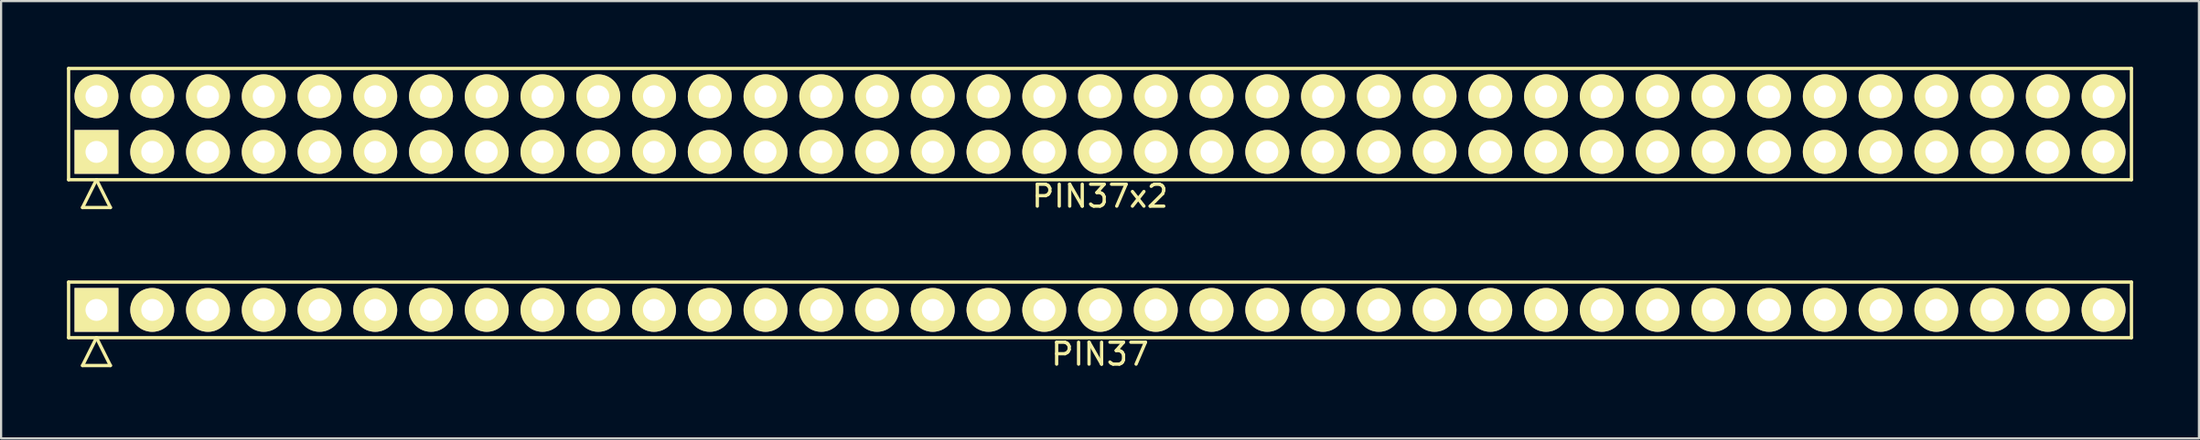
<source format=kicad_pcb>
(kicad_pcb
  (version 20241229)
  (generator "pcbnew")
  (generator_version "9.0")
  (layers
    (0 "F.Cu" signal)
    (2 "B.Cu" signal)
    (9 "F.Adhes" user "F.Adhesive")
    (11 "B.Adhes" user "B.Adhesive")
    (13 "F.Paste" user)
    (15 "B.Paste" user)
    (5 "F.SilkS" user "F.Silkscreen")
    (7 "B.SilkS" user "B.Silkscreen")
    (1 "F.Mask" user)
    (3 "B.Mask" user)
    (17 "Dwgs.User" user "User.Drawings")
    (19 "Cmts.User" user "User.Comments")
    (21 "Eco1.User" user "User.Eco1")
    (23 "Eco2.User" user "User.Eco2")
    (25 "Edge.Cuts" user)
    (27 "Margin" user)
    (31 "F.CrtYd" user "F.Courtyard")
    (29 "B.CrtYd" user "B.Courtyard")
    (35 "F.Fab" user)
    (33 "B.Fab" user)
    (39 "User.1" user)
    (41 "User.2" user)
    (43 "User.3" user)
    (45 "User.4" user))
  (footprint "PIN37x2"
    (layer "F.Cu")
    (at 47.065 2.615)
    (property "Reference" "PIN37x2" (at 0 3.29 0) (layer "F.SilkS") (effects (font (size 1 1) (thickness 0.15))))
    (attr through_hole)
    (fp_line (start -46.99 -2.54) (end -46.99 2.54) (stroke (width 0.15) (type solid)) (layer "F.SilkS"))
    (fp_line (start -46.99 2.54) (end 46.99 2.54) (stroke (width 0.15) (type solid)) (layer "F.SilkS"))
    (fp_line (start -46.355 3.81) (end -45.72 2.54) (stroke (width 0.15) (type solid)) (layer "F.SilkS"))
    (fp_line (start -46.355 3.81) (end -45.085 3.81) (stroke (width 0.15) (type solid)) (layer "F.SilkS"))
    (fp_line (start -45.085 3.81) (end -45.72 2.54) (stroke (width 0.15) (type solid)) (layer "F.SilkS"))
    (fp_line (start 46.99 -2.54) (end -46.99 -2.54) (stroke (width 0.15) (type solid)) (layer "F.SilkS"))
    (fp_line (start 46.99 2.54) (end 46.99 -2.54) (stroke (width 0.15) (type solid)) (layer "F.SilkS"))
    (pad "1" thru_hole rect (at -45.72 1.27) (size 2 2) (drill 1) (layers "*.Cu" "*.Mask" "F.SilkS"))
    (pad "2" thru_hole circle (at -45.72 -1.27) (size 2 2) (drill 1) (layers "*.Cu" "*.Mask" "F.SilkS"))
    (pad "3" thru_hole circle (at -43.18 1.27) (size 2 2) (drill 1) (layers "*.Cu" "*.Mask" "F.SilkS"))
    (pad "4" thru_hole circle (at -43.18 -1.27) (size 2 2) (drill 1) (layers "*.Cu" "*.Mask" "F.SilkS"))
    (pad "5" thru_hole circle (at -40.64 1.27) (size 2 2) (drill 1) (layers "*.Cu" "*.Mask" "F.SilkS"))
    (pad "6" thru_hole circle (at -40.64 -1.27) (size 2 2) (drill 1) (layers "*.Cu" "*.Mask" "F.SilkS"))
    (pad "7" thru_hole circle (at -38.1 1.27) (size 2 2) (drill 1) (layers "*.Cu" "*.Mask" "F.SilkS"))
    (pad "8" thru_hole circle (at -38.1 -1.27) (size 2 2) (drill 1) (layers "*.Cu" "*.Mask" "F.SilkS"))
    (pad "9" thru_hole circle (at -35.56 1.27) (size 2 2) (drill 1) (layers "*.Cu" "*.Mask" "F.SilkS"))
    (pad "10" thru_hole circle (at -35.56 -1.27) (size 2 2) (drill 1) (layers "*.Cu" "*.Mask" "F.SilkS"))
    (pad "11" thru_hole circle (at -33.02 1.27) (size 2 2) (drill 1) (layers "*.Cu" "*.Mask" "F.SilkS"))
    (pad "12" thru_hole circle (at -33.02 -1.27) (size 2 2) (drill 1) (layers "*.Cu" "*.Mask" "F.SilkS"))
    (pad "13" thru_hole circle (at -30.48 1.27) (size 2 2) (drill 1) (layers "*.Cu" "*.Mask" "F.SilkS"))
    (pad "14" thru_hole circle (at -30.48 -1.27) (size 2 2) (drill 1) (layers "*.Cu" "*.Mask" "F.SilkS"))
    (pad "15" thru_hole circle (at -27.94 1.27) (size 2 2) (drill 1) (layers "*.Cu" "*.Mask" "F.SilkS"))
    (pad "16" thru_hole circle (at -27.94 -1.27) (size 2 2) (drill 1) (layers "*.Cu" "*.Mask" "F.SilkS"))
    (pad "17" thru_hole circle (at -25.4 1.27) (size 2 2) (drill 1) (layers "*.Cu" "*.Mask" "F.SilkS"))
    (pad "18" thru_hole circle (at -25.4 -1.27) (size 2 2) (drill 1) (layers "*.Cu" "*.Mask" "F.SilkS"))
    (pad "19" thru_hole circle (at -22.86 1.27) (size 2 2) (drill 1) (layers "*.Cu" "*.Mask" "F.SilkS"))
    (pad "20" thru_hole circle (at -22.86 -1.27) (size 2 2) (drill 1) (layers "*.Cu" "*.Mask" "F.SilkS"))
    (pad "21" thru_hole circle (at -20.32 1.27) (size 2 2) (drill 1) (layers "*.Cu" "*.Mask" "F.SilkS"))
    (pad "22" thru_hole circle (at -20.32 -1.27) (size 2 2) (drill 1) (layers "*.Cu" "*.Mask" "F.SilkS"))
    (pad "23" thru_hole circle (at -17.78 1.27) (size 2 2) (drill 1) (layers "*.Cu" "*.Mask" "F.SilkS"))
    (pad "24" thru_hole circle (at -17.78 -1.27) (size 2 2) (drill 1) (layers "*.Cu" "*.Mask" "F.SilkS"))
    (pad "25" thru_hole circle (at -15.24 1.27) (size 2 2) (drill 1) (layers "*.Cu" "*.Mask" "F.SilkS"))
    (pad "26" thru_hole circle (at -15.24 -1.27) (size 2 2) (drill 1) (layers "*.Cu" "*.Mask" "F.SilkS"))
    (pad "27" thru_hole circle (at -12.7 1.27) (size 2 2) (drill 1) (layers "*.Cu" "*.Mask" "F.SilkS"))
    (pad "28" thru_hole circle (at -12.7 -1.27) (size 2 2) (drill 1) (layers "*.Cu" "*.Mask" "F.SilkS"))
    (pad "29" thru_hole circle (at -10.16 1.27) (size 2 2) (drill 1) (layers "*.Cu" "*.Mask" "F.SilkS"))
    (pad "30" thru_hole circle (at -10.16 -1.27) (size 2 2) (drill 1) (layers "*.Cu" "*.Mask" "F.SilkS"))
    (pad "31" thru_hole circle (at -7.62 1.27) (size 2 2) (drill 1) (layers "*.Cu" "*.Mask" "F.SilkS"))
    (pad "32" thru_hole circle (at -7.62 -1.27) (size 2 2) (drill 1) (layers "*.Cu" "*.Mask" "F.SilkS"))
    (pad "33" thru_hole circle (at -5.08 1.27) (size 2 2) (drill 1) (layers "*.Cu" "*.Mask" "F.SilkS"))
    (pad "34" thru_hole circle (at -5.08 -1.27) (size 2 2) (drill 1) (layers "*.Cu" "*.Mask" "F.SilkS"))
    (pad "35" thru_hole circle (at -2.54 1.27) (size 2 2) (drill 1) (layers "*.Cu" "*.Mask" "F.SilkS"))
    (pad "36" thru_hole circle (at -2.54 -1.27) (size 2 2) (drill 1) (layers "*.Cu" "*.Mask" "F.SilkS"))
    (pad "37" thru_hole circle (at 0 1.27) (size 2 2) (drill 1) (layers "*.Cu" "*.Mask" "F.SilkS"))
    (pad "38" thru_hole circle (at 0 -1.27) (size 2 2) (drill 1) (layers "*.Cu" "*.Mask" "F.SilkS"))
    (pad "39" thru_hole circle (at 2.54 1.27) (size 2 2) (drill 1) (layers "*.Cu" "*.Mask" "F.SilkS"))
    (pad "40" thru_hole circle (at 2.54 -1.27) (size 2 2) (drill 1) (layers "*.Cu" "*.Mask" "F.SilkS"))
    (pad "41" thru_hole circle (at 5.08 1.27) (size 2 2) (drill 1) (layers "*.Cu" "*.Mask" "F.SilkS"))
    (pad "42" thru_hole circle (at 5.08 -1.27) (size 2 2) (drill 1) (layers "*.Cu" "*.Mask" "F.SilkS"))
    (pad "43" thru_hole circle (at 7.62 1.27) (size 2 2) (drill 1) (layers "*.Cu" "*.Mask" "F.SilkS"))
    (pad "44" thru_hole circle (at 7.62 -1.27) (size 2 2) (drill 1) (layers "*.Cu" "*.Mask" "F.SilkS"))
    (pad "45" thru_hole circle (at 10.16 1.27) (size 2 2) (drill 1) (layers "*.Cu" "*.Mask" "F.SilkS"))
    (pad "46" thru_hole circle (at 10.16 -1.27) (size 2 2) (drill 1) (layers "*.Cu" "*.Mask" "F.SilkS"))
    (pad "47" thru_hole circle (at 12.7 1.27) (size 2 2) (drill 1) (layers "*.Cu" "*.Mask" "F.SilkS"))
    (pad "48" thru_hole circle (at 12.7 -1.27) (size 2 2) (drill 1) (layers "*.Cu" "*.Mask" "F.SilkS"))
    (pad "49" thru_hole circle (at 15.24 1.27) (size 2 2) (drill 1) (layers "*.Cu" "*.Mask" "F.SilkS"))
    (pad "50" thru_hole circle (at 15.24 -1.27) (size 2 2) (drill 1) (layers "*.Cu" "*.Mask" "F.SilkS"))
    (pad "51" thru_hole circle (at 17.78 1.27) (size 2 2) (drill 1) (layers "*.Cu" "*.Mask" "F.SilkS"))
    (pad "52" thru_hole circle (at 17.78 -1.27) (size 2 2) (drill 1) (layers "*.Cu" "*.Mask" "F.SilkS"))
    (pad "53" thru_hole circle (at 20.32 1.27) (size 2 2) (drill 1) (layers "*.Cu" "*.Mask" "F.SilkS"))
    (pad "54" thru_hole circle (at 20.32 -1.27) (size 2 2) (drill 1) (layers "*.Cu" "*.Mask" "F.SilkS"))
    (pad "55" thru_hole circle (at 22.86 1.27) (size 2 2) (drill 1) (layers "*.Cu" "*.Mask" "F.SilkS"))
    (pad "56" thru_hole circle (at 22.86 -1.27) (size 2 2) (drill 1) (layers "*.Cu" "*.Mask" "F.SilkS"))
    (pad "57" thru_hole circle (at 25.4 1.27) (size 2 2) (drill 1) (layers "*.Cu" "*.Mask" "F.SilkS"))
    (pad "58" thru_hole circle (at 25.4 -1.27) (size 2 2) (drill 1) (layers "*.Cu" "*.Mask" "F.SilkS"))
    (pad "59" thru_hole circle (at 27.94 1.27) (size 2 2) (drill 1) (layers "*.Cu" "*.Mask" "F.SilkS"))
    (pad "60" thru_hole circle (at 27.94 -1.27) (size 2 2) (drill 1) (layers "*.Cu" "*.Mask" "F.SilkS"))
    (pad "61" thru_hole circle (at 30.48 1.27) (size 2 2) (drill 1) (layers "*.Cu" "*.Mask" "F.SilkS"))
    (pad "62" thru_hole circle (at 30.48 -1.27) (size 2 2) (drill 1) (layers "*.Cu" "*.Mask" "F.SilkS"))
    (pad "63" thru_hole circle (at 33.02 1.27) (size 2 2) (drill 1) (layers "*.Cu" "*.Mask" "F.SilkS"))
    (pad "64" thru_hole circle (at 33.02 -1.27) (size 2 2) (drill 1) (layers "*.Cu" "*.Mask" "F.SilkS"))
    (pad "65" thru_hole circle (at 35.56 1.27) (size 2 2) (drill 1) (layers "*.Cu" "*.Mask" "F.SilkS"))
    (pad "66" thru_hole circle (at 35.56 -1.27) (size 2 2) (drill 1) (layers "*.Cu" "*.Mask" "F.SilkS"))
    (pad "67" thru_hole circle (at 38.1 1.27) (size 2 2) (drill 1) (layers "*.Cu" "*.Mask" "F.SilkS"))
    (pad "68" thru_hole circle (at 38.1 -1.27) (size 2 2) (drill 1) (layers "*.Cu" "*.Mask" "F.SilkS"))
    (pad "69" thru_hole circle (at 40.64 1.27) (size 2 2) (drill 1) (layers "*.Cu" "*.Mask" "F.SilkS"))
    (pad "70" thru_hole circle (at 40.64 -1.27) (size 2 2) (drill 1) (layers "*.Cu" "*.Mask" "F.SilkS"))
    (pad "71" thru_hole circle (at 43.18 1.27) (size 2 2) (drill 1) (layers "*.Cu" "*.Mask" "F.SilkS"))
    (pad "72" thru_hole circle (at 43.18 -1.27) (size 2 2) (drill 1) (layers "*.Cu" "*.Mask" "F.SilkS"))
    (pad "73" thru_hole circle (at 45.72 1.27) (size 2 2) (drill 1) (layers "*.Cu" "*.Mask" "F.SilkS"))
    (pad "74" thru_hole circle (at 45.72 -1.27) (size 2 2) (drill 1) (layers "*.Cu" "*.Mask" "F.SilkS")))
  (footprint "PIN37"
    (layer "F.Cu")
    (at 47.065 11.098)
    (property "Reference" "PIN37" (at 0 2.02 0) (layer "F.SilkS") (effects (font (size 1 1) (thickness 0.15))))
    (attr through_hole)
    (fp_line (start -46.99 -1.27) (end -46.99 1.27) (stroke (width 0.15) (type solid)) (layer "F.SilkS"))
    (fp_line (start -46.99 1.27) (end 46.99 1.27) (stroke (width 0.15) (type solid)) (layer "F.SilkS"))
    (fp_line (start -46.355 2.54) (end -45.72 1.27) (stroke (width 0.15) (type solid)) (layer "F.SilkS"))
    (fp_line (start -46.355 2.54) (end -45.085 2.54) (stroke (width 0.15) (type solid)) (layer "F.SilkS"))
    (fp_line (start -45.085 2.54) (end -45.72 1.27) (stroke (width 0.15) (type solid)) (layer "F.SilkS"))
    (fp_line (start 46.99 -1.27) (end -46.99 -1.27) (stroke (width 0.15) (type solid)) (layer "F.SilkS"))
    (fp_line (start 46.99 1.27) (end 46.99 -1.27) (stroke (width 0.15) (type solid)) (layer "F.SilkS"))
    (pad "1" thru_hole rect (at -45.72 0) (size 2 2) (drill 1) (layers "*.Cu" "*.Mask" "F.SilkS"))
    (pad "2" thru_hole circle (at -43.18 0) (size 2 2) (drill 1) (layers "*.Cu" "*.Mask" "F.SilkS"))
    (pad "3" thru_hole circle (at -40.64 0) (size 2 2) (drill 1) (layers "*.Cu" "*.Mask" "F.SilkS"))
    (pad "4" thru_hole circle (at -38.1 0) (size 2 2) (drill 1) (layers "*.Cu" "*.Mask" "F.SilkS"))
    (pad "5" thru_hole circle (at -35.56 0) (size 2 2) (drill 1) (layers "*.Cu" "*.Mask" "F.SilkS"))
    (pad "6" thru_hole circle (at -33.02 0) (size 2 2) (drill 1) (layers "*.Cu" "*.Mask" "F.SilkS"))
    (pad "7" thru_hole circle (at -30.48 0) (size 2 2) (drill 1) (layers "*.Cu" "*.Mask" "F.SilkS"))
    (pad "8" thru_hole circle (at -27.94 0) (size 2 2) (drill 1) (layers "*.Cu" "*.Mask" "F.SilkS"))
    (pad "9" thru_hole circle (at -25.4 0) (size 2 2) (drill 1) (layers "*.Cu" "*.Mask" "F.SilkS"))
    (pad "10" thru_hole circle (at -22.86 0) (size 2 2) (drill 1) (layers "*.Cu" "*.Mask" "F.SilkS"))
    (pad "11" thru_hole circle (at -20.32 0) (size 2 2) (drill 1) (layers "*.Cu" "*.Mask" "F.SilkS"))
    (pad "12" thru_hole circle (at -17.78 0) (size 2 2) (drill 1) (layers "*.Cu" "*.Mask" "F.SilkS"))
    (pad "13" thru_hole circle (at -15.24 0) (size 2 2) (drill 1) (layers "*.Cu" "*.Mask" "F.SilkS"))
    (pad "14" thru_hole circle (at -12.7 0) (size 2 2) (drill 1) (layers "*.Cu" "*.Mask" "F.SilkS"))
    (pad "15" thru_hole circle (at -10.16 0) (size 2 2) (drill 1) (layers "*.Cu" "*.Mask" "F.SilkS"))
    (pad "16" thru_hole circle (at -7.62 0) (size 2 2) (drill 1) (layers "*.Cu" "*.Mask" "F.SilkS"))
    (pad "17" thru_hole circle (at -5.08 0) (size 2 2) (drill 1) (layers "*.Cu" "*.Mask" "F.SilkS"))
    (pad "18" thru_hole circle (at -2.54 0) (size 2 2) (drill 1) (layers "*.Cu" "*.Mask" "F.SilkS"))
    (pad "19" thru_hole circle (at 0 0) (size 2 2) (drill 1) (layers "*.Cu" "*.Mask" "F.SilkS"))
    (pad "20" thru_hole circle (at 2.54 0) (size 2 2) (drill 1) (layers "*.Cu" "*.Mask" "F.SilkS"))
    (pad "21" thru_hole circle (at 5.08 0) (size 2 2) (drill 1) (layers "*.Cu" "*.Mask" "F.SilkS"))
    (pad "22" thru_hole circle (at 7.62 0) (size 2 2) (drill 1) (layers "*.Cu" "*.Mask" "F.SilkS"))
    (pad "23" thru_hole circle (at 10.16 0) (size 2 2) (drill 1) (layers "*.Cu" "*.Mask" "F.SilkS"))
    (pad "24" thru_hole circle (at 12.7 0) (size 2 2) (drill 1) (layers "*.Cu" "*.Mask" "F.SilkS"))
    (pad "25" thru_hole circle (at 15.24 0) (size 2 2) (drill 1) (layers "*.Cu" "*.Mask" "F.SilkS"))
    (pad "26" thru_hole circle (at 17.78 0) (size 2 2) (drill 1) (layers "*.Cu" "*.Mask" "F.SilkS"))
    (pad "27" thru_hole circle (at 20.32 0) (size 2 2) (drill 1) (layers "*.Cu" "*.Mask" "F.SilkS"))
    (pad "28" thru_hole circle (at 22.86 0) (size 2 2) (drill 1) (layers "*.Cu" "*.Mask" "F.SilkS"))
    (pad "29" thru_hole circle (at 25.4 0) (size 2 2) (drill 1) (layers "*.Cu" "*.Mask" "F.SilkS"))
    (pad "30" thru_hole circle (at 27.94 0) (size 2 2) (drill 1) (layers "*.Cu" "*.Mask" "F.SilkS"))
    (pad "31" thru_hole circle (at 30.48 0) (size 2 2) (drill 1) (layers "*.Cu" "*.Mask" "F.SilkS"))
    (pad "32" thru_hole circle (at 33.02 0) (size 2 2) (drill 1) (layers "*.Cu" "*.Mask" "F.SilkS"))
    (pad "33" thru_hole circle (at 35.56 0) (size 2 2) (drill 1) (layers "*.Cu" "*.Mask" "F.SilkS"))
    (pad "34" thru_hole circle (at 38.1 0) (size 2 2) (drill 1) (layers "*.Cu" "*.Mask" "F.SilkS"))
    (pad "35" thru_hole circle (at 40.64 0) (size 2 2) (drill 1) (layers "*.Cu" "*.Mask" "F.SilkS"))
    (pad "36" thru_hole circle (at 43.18 0) (size 2 2) (drill 1) (layers "*.Cu" "*.Mask" "F.SilkS"))
    (pad "37" thru_hole circle (at 45.72 0) (size 2 2) (drill 1) (layers "*.Cu" "*.Mask" "F.SilkS")))
  (gr_rect
    (start -3 -3)
    (end 97.13 16.966)
    (stroke (width 0.1) (type default))
    (fill no)
    (layer "Edge.Cuts")))
</source>
